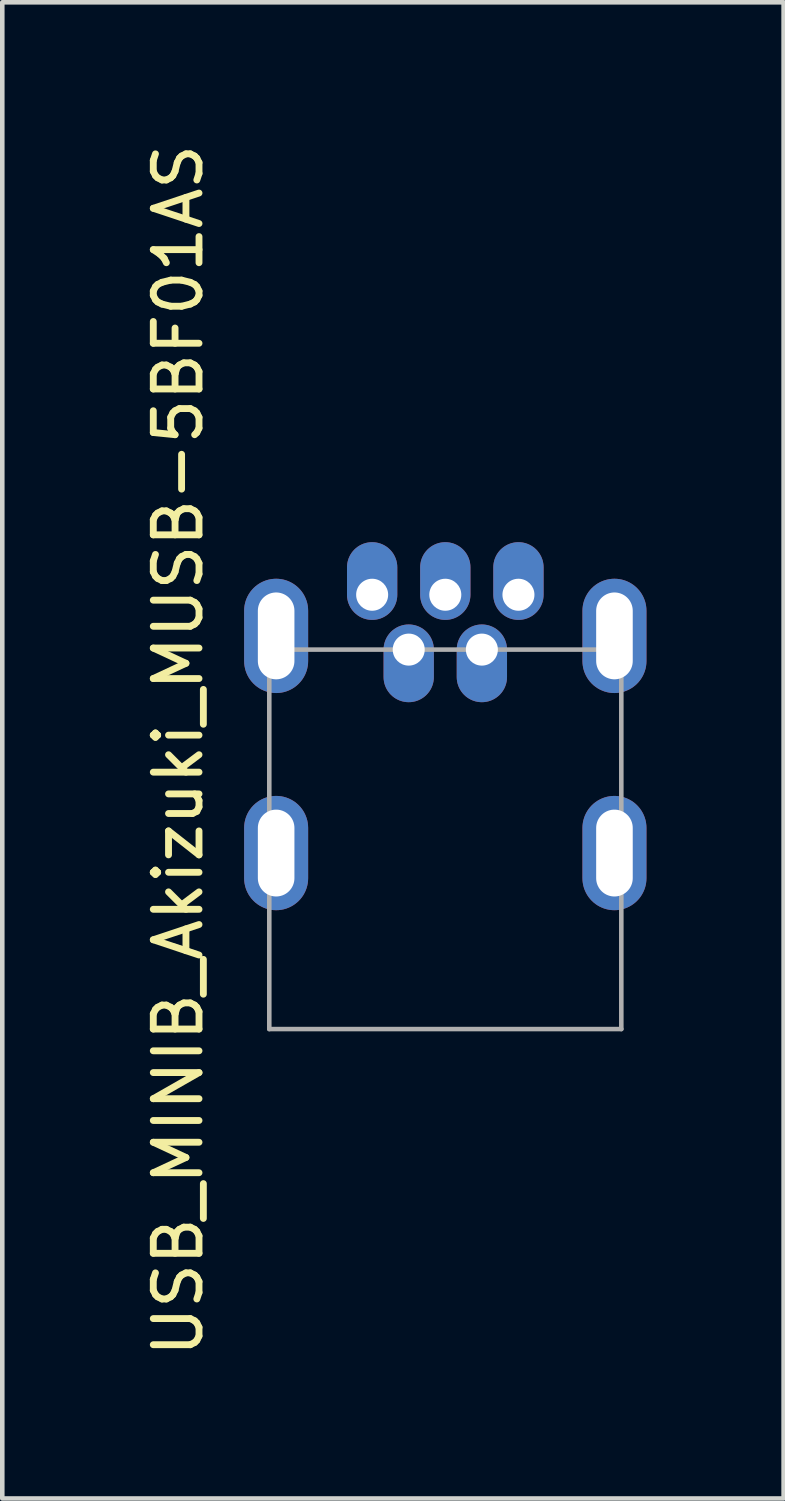
<source format=kicad_pcb>
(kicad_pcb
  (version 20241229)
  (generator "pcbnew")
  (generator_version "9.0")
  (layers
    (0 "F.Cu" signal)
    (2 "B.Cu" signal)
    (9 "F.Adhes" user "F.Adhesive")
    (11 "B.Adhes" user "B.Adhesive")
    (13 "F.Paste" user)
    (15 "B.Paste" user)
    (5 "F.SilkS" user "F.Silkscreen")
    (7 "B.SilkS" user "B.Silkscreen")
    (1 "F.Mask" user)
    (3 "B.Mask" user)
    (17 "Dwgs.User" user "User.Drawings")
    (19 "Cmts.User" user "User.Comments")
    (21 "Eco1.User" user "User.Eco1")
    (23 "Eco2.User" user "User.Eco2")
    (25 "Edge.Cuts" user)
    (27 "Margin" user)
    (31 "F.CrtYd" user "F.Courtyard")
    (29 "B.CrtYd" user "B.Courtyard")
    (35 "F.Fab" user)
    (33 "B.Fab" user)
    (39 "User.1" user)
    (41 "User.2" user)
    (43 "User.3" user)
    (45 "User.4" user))
  (footprint "USB_MINIB_Akizuki_MUSB-5BF01AS"
    (layer "F.Cu")
    (at 6.69 9.959)
    (property "Reference" "USB_MINIB_Akizuki_MUSB-5BF01AS" (at -5.842 3.404 90) (layer "F.SilkS") (effects (font (size 1 1) (thickness 0.15))))
    (attr through_hole)
    (fp_line (start -3.85 1.2) (end 3.85 1.2) (stroke (width 0.1) (type solid)) (layer "F.Fab"))
    (fp_line (start -3.85 9.5) (end -3.85 1.2) (stroke (width 0.1) (type solid)) (layer "F.Fab"))
    (fp_line (start 3.85 1.2) (end 3.85 9.5) (stroke (width 0.1) (type solid)) (layer "F.Fab"))
    (fp_line (start 3.85 9.5) (end -3.85 9.5) (stroke (width 0.1) (type solid)) (layer "F.Fab"))
    (pad "" thru_hole oval (at -3.7 5.65) (size 1.4 2.5) (drill oval 0.8 1.9) (layers "*.Cu" "*.Mask"))
    (pad "" thru_hole oval (at 3.7 0.9) (size 1.4 2.5) (drill oval 0.8 1.9) (layers "*.Cu" "*.Mask"))
    (pad "" thru_hole oval (at 3.7 5.65) (size 1.4 2.5) (drill oval 0.8 1.9) (layers "*.Cu" "*.Mask"))
    (pad "1" thru_hole oval (at -1.6 0) (size 1.1 1.7) (drill 0.7 (offset 0 -0.3)) (layers "*.Cu" "*.Mask"))
    (pad "2" thru_hole oval (at -0.8 1.2) (size 1.1 1.7) (drill 0.7 (offset 0 0.3)) (layers "*.Cu" "*.Mask"))
    (pad "3" thru_hole oval (at 0 0) (size 1.1 1.7) (drill 0.7 (offset 0 -0.3)) (layers "*.Cu" "*.Mask"))
    (pad "4" thru_hole oval (at 0.8 1.2) (size 1.1 1.7) (drill 0.7 (offset 0 0.3)) (layers "*.Cu" "*.Mask"))
    (pad "5" thru_hole oval (at 1.6 0) (size 1.1 1.7) (drill 0.7 (offset 0 -0.3)) (layers "*.Cu" "*.Mask"))
    (pad "6" thru_hole oval (at -3.7 0.9) (size 1.4 2.5) (drill oval 0.8 1.9) (layers "*.Cu" "*.Mask")))
  (gr_rect
    (start -3 -3)
    (end 14.09 29.726)
    (stroke (width 0.1) (type default))
    (fill no)
    (layer "Edge.Cuts")))
</source>
